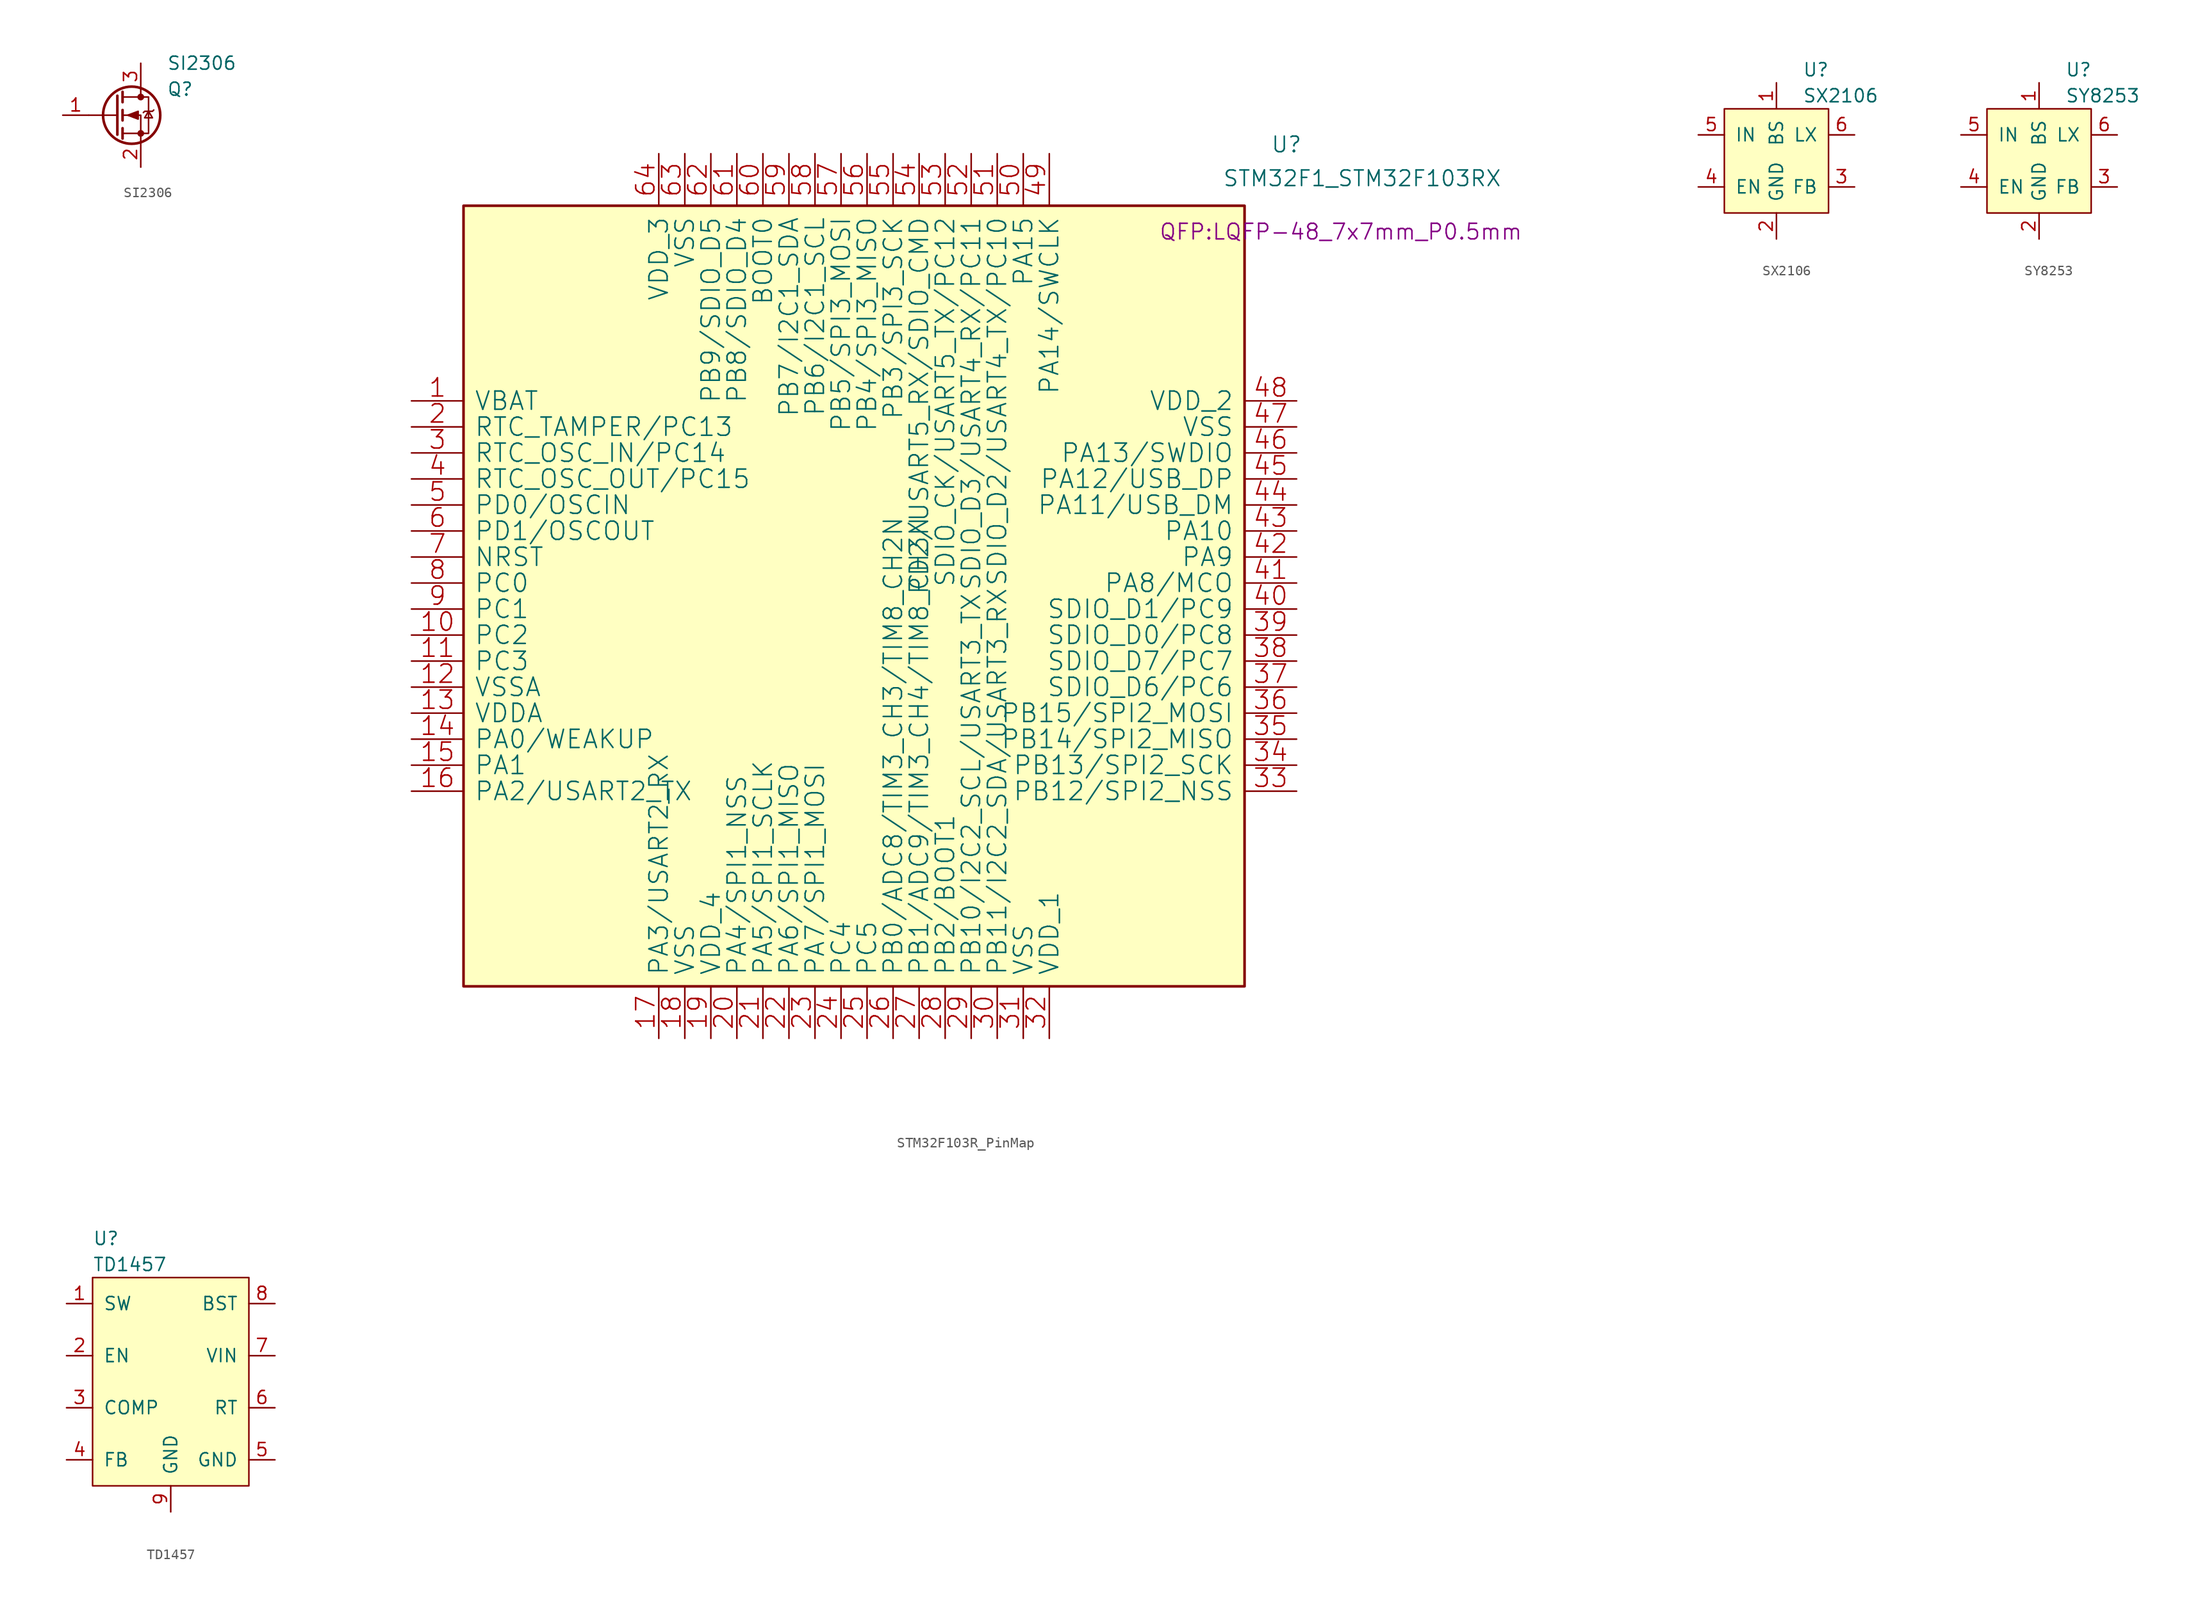
<source format=kicad_sym>
(kicad_symbol_lib
  (version 20220914)
  (generator kicad_symbol_editor)
  (symbol "SI2306"
    (pin_names
      (offset 1.016) hide)
    (property "Reference" "Q"
      (at 5.08 2.54 0)
      (effects (font (size 1.27 1.27)) (justify left)))
    (property "Value" "SI2306"
      (at 5.08 5.08 0)
      (effects (font (size 1.27 1.27)) (justify left)))
    (symbol "SI2306_1_1"
      (polyline (pts (xy 0.254 0) (xy -2.54 0)) (stroke (width 0) (type default)) (fill (type none)))
      (polyline (pts (xy 0.254 1.905) (xy 0.254 -1.905)) (stroke (width 0.254) (type default)) (fill (type none)))
      (polyline (pts (xy 0.762 -1.27) (xy 0.762 -2.286)) (stroke (width 0.254) (type default)) (fill (type none)))
      (polyline (pts (xy 0.762 0.508) (xy 0.762 -0.508)) (stroke (width 0.254) (type default)) (fill (type none)))
      (polyline (pts (xy 0.762 2.286) (xy 0.762 1.27)) (stroke (width 0.254) (type default)) (fill (type none)))
      (polyline (pts (xy 2.54 2.54) (xy 2.54 1.778)) (stroke (width 0) (type default)) (fill (type none)))
      (polyline (pts (xy 2.54 -2.54) (xy 2.54 0) (xy 0.762 0)) (stroke (width 0) (type default)) (fill (type none)))
      (polyline (pts (xy 0.762 1.778) (xy 3.302 1.778) (xy 3.302 -1.778) (xy 0.762 -1.778)) (stroke (width 0) (type default)) (fill (type none)))
      (polyline (pts (xy 1.27 0) (xy 2.286 -0.381) (xy 2.286 0.381) (xy 1.27 0)) (stroke (width 0) (type default)) (fill (type outline)))
      (polyline (pts (xy 2.794 0.254) (xy 2.921 0.381) (xy 3.683 0.381) (xy 3.81 0.508)) (stroke (width 0) (type default)) (fill (type none)))
      (polyline (pts (xy 3.302 0.381) (xy 3.683 -0.254) (xy 2.921 -0.254) (xy 3.302 0.381)) (stroke (width 0) (type default)) (fill (type none)))
      (circle (center 1.651 0) (radius 2.794) (stroke (width 0.254) (type default)) (fill (type none)))
      (circle (center 2.54 -1.778) (radius 0.254) (stroke (width 0) (type default)) (fill (type outline)))
      (circle (center 2.54 1.778) (radius 0.254) (stroke (width 0) (type default)) (fill (type outline)))
      (pin input line (at -5.08 0 0) (length 2.54) (name "G" (effects (font (size 1.27 1.27)))) (number "1" (effects (font (size 1.27 1.27)))))
      (pin passive line (at 2.54 -5.08 90) (length 2.54) (name "S" (effects (font (size 1.27 1.27)))) (number "2" (effects (font (size 1.27 1.27)))))
      (pin passive line (at 2.54 5.08 270) (length 2.54) (name "D" (effects (font (size 1.27 1.27)))) (number "3" (effects (font (size 1.27 1.27)))))))
  (symbol "STM32F103R_PinMap"
    (pin_names
      (offset 1.016))
    (property "Reference" "U"
      (at 40.64 44.069 0)
      (effects (font (size 1.524 1.524)) (justify left)))
    (property "Value" "STM32F1_STM32F103RX"
      (at 35.941 40.767 0)
      (effects (font (size 1.524 1.524)) (justify left)))
    (property "Footprint" "QFP:LQFP-48_7x7mm_P0.5mm"
      (at 47.498 35.56 0)
      (effects (font (size 1.524 1.524))))
    (property "Datasheet" ""
      (at -38.1 -8.89 0)
      (effects (font (size 1.524 1.524))))
    (symbol "STM32F103R_PinMap_0_1"
      (rectangle (start -38.1 38.1) (end 38.1 -38.1) (stroke (width 0.254) (type solid)) (fill (type background)))
      (pin power_in line (at -43.18 19.05 0) (length 5.08) (name "VBAT" (effects (font (size 1.778 1.778)))) (number "1" (effects (font (size 1.778 1.778)))))
      (pin bidirectional line (at -43.18 -3.81 0) (length 5.08) (name "PC2" (effects (font (size 1.778 1.778)))) (number "10" (effects (font (size 1.778 1.778)))))
      (pin bidirectional line (at -43.18 -6.35 0) (length 5.08) (name "PC3" (effects (font (size 1.778 1.778)))) (number "11" (effects (font (size 1.778 1.778)))))
      (pin power_in line (at -43.18 -8.89 0) (length 5.08) (name "VSSA" (effects (font (size 1.778 1.778)))) (number "12" (effects (font (size 1.778 1.778)))))
      (pin power_in line (at -43.18 -11.43 0) (length 5.08) (name "VDDA" (effects (font (size 1.778 1.778)))) (number "13" (effects (font (size 1.778 1.778)))))
      (pin bidirectional line (at -43.18 -13.97 0) (length 5.08) (name "PA0/WEAKUP" (effects (font (size 1.778 1.778)))) (number "14" (effects (font (size 1.778 1.778)))))
      (pin bidirectional line (at -43.18 -16.51 0) (length 5.08) (name "PA1" (effects (font (size 1.778 1.778)))) (number "15" (effects (font (size 1.778 1.778)))))
      (pin bidirectional line (at -43.18 -19.05 0) (length 5.08) (name "PA2/USART2_TX" (effects (font (size 1.778 1.778)))) (number "16" (effects (font (size 1.778 1.778)))))
      (pin bidirectional line (at -19.05 -43.18 90) (length 5.08) (name "PA3/USART2_RX" (effects (font (size 1.778 1.778)))) (number "17" (effects (font (size 1.778 1.778)))))
      (pin power_in line (at -16.51 -43.18 90) (length 5.08) (name "VSS" (effects (font (size 1.778 1.778)))) (number "18" (effects (font (size 1.778 1.778)))))
      (pin power_in line (at -13.97 -43.18 90) (length 5.08) (name "VDD_4" (effects (font (size 1.778 1.778)))) (number "19" (effects (font (size 1.778 1.778)))))
      (pin bidirectional line (at -43.18 16.51 0) (length 5.08) (name "RTC_TAMPER/PC13" (effects (font (size 1.778 1.778)))) (number "2" (effects (font (size 1.778 1.778)))))
      (pin bidirectional line (at -11.43 -43.18 90) (length 5.08) (name "PA4/SPI1_NSS" (effects (font (size 1.778 1.778)))) (number "20" (effects (font (size 1.778 1.778)))))
      (pin bidirectional line (at -8.89 -43.18 90) (length 5.08) (name "PA5/SPI1_SCLK" (effects (font (size 1.778 1.778)))) (number "21" (effects (font (size 1.778 1.778)))))
      (pin bidirectional line (at -6.35 -43.18 90) (length 5.08) (name "PA6/SPI1_MISO" (effects (font (size 1.778 1.778)))) (number "22" (effects (font (size 1.778 1.778)))))
      (pin bidirectional line (at -3.81 -43.18 90) (length 5.08) (name "PA7/SPI1_MOSI" (effects (font (size 1.778 1.778)))) (number "23" (effects (font (size 1.778 1.778)))))
      (pin bidirectional line (at -1.27 -43.18 90) (length 5.08) (name "PC4" (effects (font (size 1.778 1.778)))) (number "24" (effects (font (size 1.778 1.778)))))
      (pin bidirectional line (at 1.27 -43.18 90) (length 5.08) (name "PC5" (effects (font (size 1.778 1.778)))) (number "25" (effects (font (size 1.778 1.778)))))
      (pin bidirectional line (at 3.81 -43.18 90) (length 5.08) (name "PB0/ADC8/TIM3_CH3/TIM8_CH2N" (effects (font (size 1.778 1.778)))) (number "26" (effects (font (size 1.778 1.778)))))
      (pin bidirectional line (at 6.35 -43.18 90) (length 5.08) (name "PB1/ADC9/TIM3_CH4/TIM8_CH3N" (effects (font (size 1.778 1.778)))) (number "27" (effects (font (size 1.778 1.778)))))
      (pin bidirectional line (at 8.89 -43.18 90) (length 5.08) (name "PB2/BOOT1" (effects (font (size 1.778 1.778)))) (number "28" (effects (font (size 1.778 1.778)))))
      (pin bidirectional line (at 11.43 -43.18 90) (length 5.08) (name "PB10/I2C2_SCL/USART3_TX" (effects (font (size 1.778 1.778)))) (number "29" (effects (font (size 1.778 1.778)))))
      (pin bidirectional line (at -43.18 13.97 0) (length 5.08) (name "RTC_OSC_IN/PC14" (effects (font (size 1.778 1.778)))) (number "3" (effects (font (size 1.778 1.778)))))
      (pin bidirectional line (at 13.97 -43.18 90) (length 5.08) (name "PB11/I2C2_SDA/USART3_RX" (effects (font (size 1.778 1.778)))) (number "30" (effects (font (size 1.778 1.778)))))
      (pin power_in line (at 16.51 -43.18 90) (length 5.08) (name "VSS" (effects (font (size 1.778 1.778)))) (number "31" (effects (font (size 1.778 1.778)))))
      (pin power_in line (at 19.05 -43.18 90) (length 5.08) (name "VDD_1" (effects (font (size 1.778 1.778)))) (number "32" (effects (font (size 1.778 1.778)))))
      (pin bidirectional line (at 43.18 -19.05 180) (length 5.08) (name "PB12/SPI2_NSS" (effects (font (size 1.778 1.778)))) (number "33" (effects (font (size 1.778 1.778)))))
      (pin bidirectional line (at 43.18 -16.51 180) (length 5.08) (name "PB13/SPI2_SCK" (effects (font (size 1.778 1.778)))) (number "34" (effects (font (size 1.778 1.778)))))
      (pin bidirectional line (at 43.18 -13.97 180) (length 5.08) (name "PB14/SPI2_MISO" (effects (font (size 1.778 1.778)))) (number "35" (effects (font (size 1.778 1.778)))))
      (pin bidirectional line (at 43.18 -11.43 180) (length 5.08) (name "PB15/SPI2_MOSI" (effects (font (size 1.778 1.778)))) (number "36" (effects (font (size 1.778 1.778)))))
      (pin bidirectional line (at 43.18 -8.89 180) (length 5.08) (name "SDIO_D6/PC6" (effects (font (size 1.778 1.778)))) (number "37" (effects (font (size 1.778 1.778)))))
      (pin bidirectional line (at 43.18 -6.35 180) (length 5.08) (name "SDIO_D7/PC7" (effects (font (size 1.778 1.778)))) (number "38" (effects (font (size 1.778 1.778)))))
      (pin bidirectional line (at 43.18 -3.81 180) (length 5.08) (name "SDIO_D0/PC8" (effects (font (size 1.778 1.778)))) (number "39" (effects (font (size 1.778 1.778)))))
      (pin bidirectional line (at -43.18 11.43 0) (length 5.08) (name "RTC_OSC_OUT/PC15" (effects (font (size 1.778 1.778)))) (number "4" (effects (font (size 1.778 1.778)))))
      (pin bidirectional line (at 43.18 -1.27 180) (length 5.08) (name "SDIO_D1/PC9" (effects (font (size 1.778 1.778)))) (number "40" (effects (font (size 1.778 1.778)))))
      (pin bidirectional line (at 43.18 1.27 180) (length 5.08) (name "PA8/MCO" (effects (font (size 1.778 1.778)))) (number "41" (effects (font (size 1.778 1.778)))))
      (pin bidirectional line (at 43.18 8.89 180) (length 5.08) (name "PA11/USB_DM" (effects (font (size 1.778 1.778)))) (number "44" (effects (font (size 1.778 1.778)))))
      (pin bidirectional line (at 43.18 11.43 180) (length 5.08) (name "PA12/USB_DP" (effects (font (size 1.778 1.778)))) (number "45" (effects (font (size 1.778 1.778)))))
      (pin bidirectional line (at 43.18 13.97 180) (length 5.08) (name "PA13/SWDIO" (effects (font (size 1.778 1.778)))) (number "46" (effects (font (size 1.778 1.778)))))
      (pin power_in line (at 43.18 16.51 180) (length 5.08) (name "VSS" (effects (font (size 1.778 1.778)))) (number "47" (effects (font (size 1.778 1.778)))))
      (pin power_in line (at 43.18 19.05 180) (length 5.08) (name "VDD_2" (effects (font (size 1.778 1.778)))) (number "48" (effects (font (size 1.778 1.778)))))
      (pin bidirectional line (at 19.05 43.18 270) (length 5.08) (name "PA14/SWCLK" (effects (font (size 1.778 1.778)))) (number "49" (effects (font (size 1.778 1.778)))))
      (pin bidirectional line (at -43.18 8.89 0) (length 5.08) (name "PD0/OSCIN" (effects (font (size 1.778 1.778)))) (number "5" (effects (font (size 1.778 1.778)))))
      (pin bidirectional line (at 16.51 43.18 270) (length 5.08) (name "PA15" (effects (font (size 1.778 1.778)))) (number "50" (effects (font (size 1.778 1.778)))))
      (pin bidirectional line (at 13.97 43.18 270) (length 5.08) (name "SDIO_D2/USART4_TX/PC10" (effects (font (size 1.778 1.778)))) (number "51" (effects (font (size 1.778 1.778)))))
      (pin bidirectional line (at 11.43 43.18 270) (length 5.08) (name "SDIO_D3/USART4_RX/PC11" (effects (font (size 1.778 1.778)))) (number "52" (effects (font (size 1.778 1.778)))))
      (pin bidirectional line (at 8.89 43.18 270) (length 5.08) (name "SDIO_CK/USART5_TX/PC12" (effects (font (size 1.778 1.778)))) (number "53" (effects (font (size 1.778 1.778)))))
      (pin bidirectional line (at 6.35 43.18 270) (length 5.08) (name "PD2/USART5_RX/SDIO_CMD" (effects (font (size 1.778 1.778)))) (number "54" (effects (font (size 1.778 1.778)))))
      (pin bidirectional line (at 3.81 43.18 270) (length 5.08) (name "PB3/SPI3_SCK" (effects (font (size 1.778 1.778)))) (number "55" (effects (font (size 1.778 1.778)))))
      (pin bidirectional line (at 1.27 43.18 270) (length 5.08) (name "PB4/SPI3_MISO" (effects (font (size 1.778 1.778)))) (number "56" (effects (font (size 1.778 1.778)))))
      (pin bidirectional line (at -1.27 43.18 270) (length 5.08) (name "PB5/SPI3_MOSI" (effects (font (size 1.778 1.778)))) (number "57" (effects (font (size 1.778 1.778)))))
      (pin bidirectional line (at -3.81 43.18 270) (length 5.08) (name "PB6/I2C1_SCL" (effects (font (size 1.778 1.778)))) (number "58" (effects (font (size 1.778 1.778)))))
      (pin bidirectional line (at -6.35 43.18 270) (length 5.08) (name "PB7/I2C1_SDA" (effects (font (size 1.778 1.778)))) (number "59" (effects (font (size 1.778 1.778)))))
      (pin bidirectional line (at -43.18 6.35 0) (length 5.08) (name "PD1/OSCOUT" (effects (font (size 1.778 1.778)))) (number "6" (effects (font (size 1.778 1.778)))))
      (pin input line (at -8.89 43.18 270) (length 5.08) (name "BOOT0" (effects (font (size 1.778 1.778)))) (number "60" (effects (font (size 1.778 1.778)))))
      (pin bidirectional line (at -11.43 43.18 270) (length 5.08) (name "PB8/SDIO_D4" (effects (font (size 1.778 1.778)))) (number "61" (effects (font (size 1.778 1.778)))))
      (pin bidirectional line (at -13.97 43.18 270) (length 5.08) (name "PB9/SDIO_D5" (effects (font (size 1.778 1.778)))) (number "62" (effects (font (size 1.778 1.778)))))
      (pin power_in line (at -16.51 43.18 270) (length 5.08) (name "VSS" (effects (font (size 1.778 1.778)))) (number "63" (effects (font (size 1.778 1.778)))))
      (pin power_in line (at -19.05 43.18 270) (length 5.08) (name "VDD_3" (effects (font (size 1.778 1.778)))) (number "64" (effects (font (size 1.778 1.778)))))
      (pin input line (at -43.18 3.81 0) (length 5.08) (name "NRST" (effects (font (size 1.778 1.778)))) (number "7" (effects (font (size 1.778 1.778)))))
      (pin bidirectional line (at -43.18 1.27 0) (length 5.08) (name "PC0" (effects (font (size 1.778 1.778)))) (number "8" (effects (font (size 1.778 1.778)))))
      (pin bidirectional line (at -43.18 -1.27 0) (length 5.08) (name "PC1" (effects (font (size 1.778 1.778)))) (number "9" (effects (font (size 1.778 1.778))))))
    (symbol "STM32F103R_PinMap_1_1"
      (pin bidirectional line (at 43.18 3.81 180) (length 5.08) (name "PA9" (effects (font (size 1.778 1.778)))) (number "42" (effects (font (size 1.778 1.778)))))
      (pin bidirectional line (at 43.18 6.35 180) (length 5.08) (name "PA10" (effects (font (size 1.778 1.778)))) (number "43" (effects (font (size 1.778 1.778)))))))
  (symbol "SX2106"
    (pin_names
      (offset 1.016))
    (property "Reference" "U"
      (at 2.54 8.89 0)
      (effects (font (size 1.27 1.27)) (justify left)))
    (property "Value" "SX2106"
      (at 2.54 6.35 0)
      (effects (font (size 1.27 1.27)) (justify left)))
    (symbol "SX2106_0_1"
      (rectangle (start -5.08 5.08) (end 5.08 -5.08) (stroke (width 0) (type default)) (fill (type background))))
    (symbol "SX2106_1_1"
      (pin input line (at 0 7.62 270) (length 2.54) (name "BS" (effects (font (size 1.27 1.27)))) (number "1" (effects (font (size 1.27 1.27)))))
      (pin power_in line (at 0 -7.62 90) (length 2.54) (name "GND" (effects (font (size 1.27 1.27)))) (number "2" (effects (font (size 1.27 1.27)))))
      (pin input line (at 7.62 -2.54 180) (length 2.54) (name "FB" (effects (font (size 1.27 1.27)))) (number "3" (effects (font (size 1.27 1.27)))))
      (pin input line (at -7.62 -2.54 0) (length 2.54) (name "EN" (effects (font (size 1.27 1.27)))) (number "4" (effects (font (size 1.27 1.27)))))
      (pin power_in line (at -7.62 2.54 0) (length 2.54) (name "IN" (effects (font (size 1.27 1.27)))) (number "5" (effects (font (size 1.27 1.27)))))
      (pin power_out line (at 7.62 2.54 180) (length 2.54) (name "LX" (effects (font (size 1.27 1.27)))) (number "6" (effects (font (size 1.27 1.27)))))))
  (symbol "SY8253"
    (pin_names
      (offset 1.016))
    (property "Reference" "U"
      (at 2.54 8.89 0)
      (effects (font (size 1.27 1.27)) (justify left)))
    (property "Value" "SY8253"
      (at 2.54 6.35 0)
      (effects (font (size 1.27 1.27)) (justify left)))
    (symbol "SY8253_0_1"
      (rectangle (start -5.08 5.08) (end 5.08 -5.08) (stroke (width 0) (type default)) (fill (type background))))
    (symbol "SY8253_1_1"
      (pin input line (at 0 7.62 270) (length 2.54) (name "BS" (effects (font (size 1.27 1.27)))) (number "1" (effects (font (size 1.27 1.27)))))
      (pin power_in line (at 0 -7.62 90) (length 2.54) (name "GND" (effects (font (size 1.27 1.27)))) (number "2" (effects (font (size 1.27 1.27)))))
      (pin input line (at 7.62 -2.54 180) (length 2.54) (name "FB" (effects (font (size 1.27 1.27)))) (number "3" (effects (font (size 1.27 1.27)))))
      (pin input line (at -7.62 -2.54 0) (length 2.54) (name "EN" (effects (font (size 1.27 1.27)))) (number "4" (effects (font (size 1.27 1.27)))))
      (pin power_in line (at -7.62 2.54 0) (length 2.54) (name "IN" (effects (font (size 1.27 1.27)))) (number "5" (effects (font (size 1.27 1.27)))))
      (pin power_out line (at 7.62 2.54 180) (length 2.54) (name "LX" (effects (font (size 1.27 1.27)))) (number "6" (effects (font (size 1.27 1.27)))))))
  (symbol "TD1457"
    (pin_names
      (offset 1.016))
    (property "Reference" "U"
      (at -7.62 13.97 0)
      (effects (font (size 1.27 1.27)) (justify left)))
    (property "Value" "TD1457"
      (at -7.62 11.43 0)
      (effects (font (size 1.27 1.27)) (justify left)))
    (symbol "TD1457_0_1"
      (rectangle (start -7.62 10.16) (end 7.62 -10.16) (stroke (width 0) (type default)) (fill (type background))))
    (symbol "TD1457_1_1"
      (pin power_out line (at -10.16 7.62 0) (length 2.54) (name "SW" (effects (font (size 1.27 1.27)))) (number "1" (effects (font (size 1.27 1.27)))))
      (pin input line (at -10.16 2.54 0) (length 2.54) (name "EN" (effects (font (size 1.27 1.27)))) (number "2" (effects (font (size 1.27 1.27)))))
      (pin input line (at -10.16 -2.54 0) (length 2.54) (name "COMP" (effects (font (size 1.27 1.27)))) (number "3" (effects (font (size 1.27 1.27)))))
      (pin input line (at -10.16 -7.62 0) (length 2.54) (name "FB" (effects (font (size 1.27 1.27)))) (number "4" (effects (font (size 1.27 1.27)))))
      (pin power_in line (at 10.16 -7.62 180) (length 2.54) (name "GND" (effects (font (size 1.27 1.27)))) (number "5" (effects (font (size 1.27 1.27)))))
      (pin input line (at 10.16 -2.54 180) (length 2.54) (name "RT" (effects (font (size 1.27 1.27)))) (number "6" (effects (font (size 1.27 1.27)))))
      (pin power_in line (at 10.16 2.54 180) (length 2.54) (name "VIN" (effects (font (size 1.27 1.27)))) (number "7" (effects (font (size 1.27 1.27)))))
      (pin input line (at 10.16 7.62 180) (length 2.54) (name "BST" (effects (font (size 1.27 1.27)))) (number "8" (effects (font (size 1.27 1.27)))))
      (pin power_in line (at 0 -12.7 90) (length 2.54) (name "GND" (effects (font (size 1.27 1.27)))) (number "9" (effects (font (size 1.27 1.27))))))))
</source>
